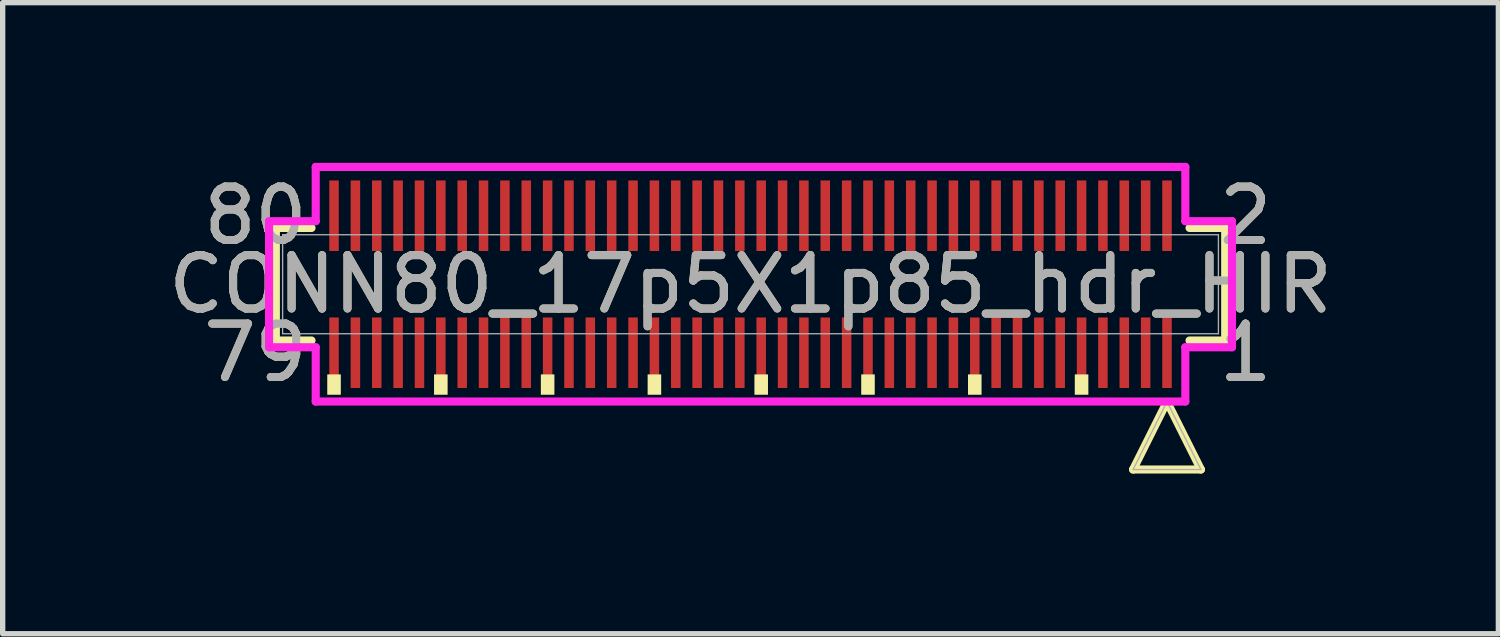
<source format=kicad_pcb>
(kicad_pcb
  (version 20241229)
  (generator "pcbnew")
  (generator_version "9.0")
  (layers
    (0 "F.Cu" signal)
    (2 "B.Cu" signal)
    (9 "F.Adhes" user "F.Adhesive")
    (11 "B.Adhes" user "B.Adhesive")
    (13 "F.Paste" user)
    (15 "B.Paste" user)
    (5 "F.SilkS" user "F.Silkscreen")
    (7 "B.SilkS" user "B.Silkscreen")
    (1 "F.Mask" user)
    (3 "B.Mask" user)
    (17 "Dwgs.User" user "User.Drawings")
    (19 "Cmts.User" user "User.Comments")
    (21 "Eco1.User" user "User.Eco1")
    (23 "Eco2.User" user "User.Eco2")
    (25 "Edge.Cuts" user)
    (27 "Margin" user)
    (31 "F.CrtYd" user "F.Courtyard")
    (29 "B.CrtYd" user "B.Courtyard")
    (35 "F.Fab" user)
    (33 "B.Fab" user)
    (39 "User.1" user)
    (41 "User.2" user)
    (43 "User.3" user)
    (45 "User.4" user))
  (footprint "CONN80_17p5X1p85_hdr_HIR"
    (layer "F.Cu")
    (at 11.006 2.273)
    (property "Reference" "CONN80_17p5X1p85_hdr_HIR" (at 0 0 0) (unlocked yes) (layer "F.SilkS") (effects (font (size 1 1) (thickness 0.15))))
    (attr smd)
    (fp_line (start -8.89 -1.054) (end -8.89 1.054) (stroke (width 0.152) (type solid)) (layer "F.SilkS"))
    (fp_line (start -8.89 1.054) (end -8.222 1.054) (stroke (width 0.152) (type solid)) (layer "F.SilkS"))
    (fp_line (start -8.222 -1.054) (end -8.89 -1.054) (stroke (width 0.152) (type solid)) (layer "F.SilkS"))
    (fp_line (start 7.165 3.47) (end 8.435 3.47) (stroke (width 0.152) (type solid)) (layer "F.SilkS"))
    (fp_line (start 7.762 2.276) (end 7.165 3.47) (stroke (width 0.152) (type solid)) (layer "F.SilkS"))
    (fp_line (start 8.222 1.054) (end 8.89 1.054) (stroke (width 0.152) (type solid)) (layer "F.SilkS"))
    (fp_line (start 8.435 3.47) (end 7.838 2.276) (stroke (width 0.152) (type solid)) (layer "F.SilkS"))
    (fp_line (start 8.89 -1.054) (end 8.222 -1.054) (stroke (width 0.152) (type solid)) (layer "F.SilkS"))
    (fp_line (start 8.89 1.054) (end 8.89 -1.054) (stroke (width 0.152) (type solid)) (layer "F.SilkS"))
    (fp_poly (pts (xy -7.927 1.689) (xy -7.927 2.07) (xy -7.673 2.07) (xy -7.673 1.689)) (stroke (width 0) (type solid)) (fill yes) (layer "F.SilkS"))
    (fp_poly (pts (xy -5.927 1.689) (xy -5.927 2.07) (xy -5.673 2.07) (xy -5.673 1.689)) (stroke (width 0) (type solid)) (fill yes) (layer "F.SilkS"))
    (fp_poly (pts (xy -3.927 1.689) (xy -3.927 2.07) (xy -3.673 2.07) (xy -3.673 1.689)) (stroke (width 0) (type solid)) (fill yes) (layer "F.SilkS"))
    (fp_poly (pts (xy -1.927 1.689) (xy -1.927 2.07) (xy -1.673 2.07) (xy -1.673 1.689)) (stroke (width 0) (type solid)) (fill yes) (layer "F.SilkS"))
    (fp_poly (pts (xy 0.073 1.689) (xy 0.073 2.07) (xy 0.327 2.07) (xy 0.327 1.689)) (stroke (width 0) (type solid)) (fill yes) (layer "F.SilkS"))
    (fp_poly (pts (xy 2.073 1.689) (xy 2.073 2.07) (xy 2.327 2.07) (xy 2.327 1.689)) (stroke (width 0) (type solid)) (fill yes) (layer "F.SilkS"))
    (fp_poly (pts (xy 4.073 1.689) (xy 4.073 2.07) (xy 4.327 2.07) (xy 4.327 1.689)) (stroke (width 0) (type solid)) (fill yes) (layer "F.SilkS"))
    (fp_poly (pts (xy 6.073 1.689) (xy 6.073 2.07) (xy 6.327 2.07) (xy 6.327 1.689)) (stroke (width 0) (type solid)) (fill yes) (layer "F.SilkS"))
    (fp_line (start -9.017 -1.181) (end -8.143 -1.181) (stroke (width 0.152) (type solid)) (layer "F.CrtYd"))
    (fp_line (start -9.017 1.181) (end -9.017 -1.181) (stroke (width 0.152) (type solid)) (layer "F.CrtYd"))
    (fp_line (start -8.143 -1.181) (end -8.143 -2.197) (stroke (width 0.152) (type solid)) (layer "F.CrtYd"))
    (fp_line (start -8.143 1.181) (end -9.017 1.181) (stroke (width 0.152) (type solid)) (layer "F.CrtYd"))
    (fp_line (start -8.143 2.197) (end -8.143 1.181) (stroke (width 0.152) (type solid)) (layer "F.CrtYd"))
    (fp_line (start -8.143 2.197) (end 8.143 2.197) (stroke (width 0.152) (type solid)) (layer "F.CrtYd"))
    (fp_line (start 8.143 -2.197) (end -8.143 -2.197) (stroke (width 0.152) (type solid)) (layer "F.CrtYd"))
    (fp_line (start 8.143 -2.197) (end 8.143 -1.181) (stroke (width 0.152) (type solid)) (layer "F.CrtYd"))
    (fp_line (start 8.143 -1.181) (end 9.017 -1.181) (stroke (width 0.152) (type solid)) (layer "F.CrtYd"))
    (fp_line (start 8.143 1.181) (end 8.143 2.197) (stroke (width 0.152) (type solid)) (layer "F.CrtYd"))
    (fp_line (start 9.017 -1.181) (end 9.017 1.181) (stroke (width 0.152) (type solid)) (layer "F.CrtYd"))
    (fp_line (start 9.017 1.181) (end 8.143 1.181) (stroke (width 0.152) (type solid)) (layer "F.CrtYd"))
    (fp_line (start -8.763 -0.927) (end -8.763 0.927) (stroke (width 0.025) (type solid)) (layer "F.Fab"))
    (fp_line (start -8.763 0.927) (end 8.763 0.927) (stroke (width 0.025) (type solid)) (layer "F.Fab"))
    (fp_line (start 7.165 3.47) (end 8.435 3.47) (stroke (width 0.025) (type solid)) (layer "F.Fab"))
    (fp_line (start 7.8 2.2) (end 7.165 3.47) (stroke (width 0.025) (type solid)) (layer "F.Fab"))
    (fp_line (start 8.435 3.47) (end 7.8 2.2) (stroke (width 0.025) (type solid)) (layer "F.Fab"))
    (fp_line (start 8.763 -0.927) (end -8.763 -0.927) (stroke (width 0.025) (type solid)) (layer "F.Fab"))
    (fp_line (start 8.763 0.927) (end 8.763 -0.927) (stroke (width 0.025) (type solid)) (layer "F.Fab"))
    (fp_text user "79" (at -9.271 1.283 0) (unlocked yes) (layer "F.SilkS") (effects (font (size 1 1) (thickness 0.15))))
    (fp_text user "80" (at -9.271 -1.283 0) (unlocked yes) (layer "F.SilkS") (effects (font (size 1 1) (thickness 0.15))))
    (fp_text user "1" (at 9.271 1.283 0) (unlocked yes) (layer "F.SilkS") (effects (font (size 1 1) (thickness 0.15))))
    (fp_text user "2" (at 9.271 -1.283 0) (unlocked yes) (layer "F.SilkS") (effects (font (size 1 1) (thickness 0.15))))
    (fp_text user "79" (at -9.271 1.283 0) (unlocked yes) (layer "F.Fab") (effects (font (size 1 1) (thickness 0.15))))
    (fp_text user "${REFERENCE}" (at 0 0 0) (unlocked yes) (layer "F.Fab") (effects (font (size 1 1) (thickness 0.15))))
    (fp_text user "80" (at -9.271 -1.283 0) (unlocked yes) (layer "F.Fab") (effects (font (size 1 1) (thickness 0.15))))
    (fp_text user "1" (at 9.271 1.283 0) (unlocked yes) (layer "F.Fab") (effects (font (size 1 1) (thickness 0.15))))
    (fp_text user "2" (at 9.271 -1.283 0) (unlocked yes) (layer "F.Fab") (effects (font (size 1 1) (thickness 0.15))))
    (pad "1" smd rect (at 7.8 1.283) (size 0.178 1.321) (layers "F.Cu" "F.Mask" "F.Paste"))
    (pad "2" smd rect (at 7.8 -1.283) (size 0.178 1.321) (layers "F.Cu" "F.Mask" "F.Paste"))
    (pad "3" smd rect (at 7.4 1.283) (size 0.178 1.321) (layers "F.Cu" "F.Mask" "F.Paste"))
    (pad "4" smd rect (at 7.4 -1.283) (size 0.178 1.321) (layers "F.Cu" "F.Mask" "F.Paste"))
    (pad "5" smd rect (at 7 1.283) (size 0.178 1.321) (layers "F.Cu" "F.Mask" "F.Paste"))
    (pad "6" smd rect (at 7 -1.283) (size 0.178 1.321) (layers "F.Cu" "F.Mask" "F.Paste"))
    (pad "7" smd rect (at 6.6 1.283) (size 0.178 1.321) (layers "F.Cu" "F.Mask" "F.Paste"))
    (pad "8" smd rect (at 6.6 -1.283) (size 0.178 1.321) (layers "F.Cu" "F.Mask" "F.Paste"))
    (pad "9" smd rect (at 6.2 1.283) (size 0.178 1.321) (layers "F.Cu" "F.Mask" "F.Paste"))
    (pad "10" smd rect (at 6.2 -1.283) (size 0.178 1.321) (layers "F.Cu" "F.Mask" "F.Paste"))
    (pad "11" smd rect (at 5.8 1.283) (size 0.178 1.321) (layers "F.Cu" "F.Mask" "F.Paste"))
    (pad "12" smd rect (at 5.8 -1.283) (size 0.178 1.321) (layers "F.Cu" "F.Mask" "F.Paste"))
    (pad "13" smd rect (at 5.4 1.283) (size 0.178 1.321) (layers "F.Cu" "F.Mask" "F.Paste"))
    (pad "14" smd rect (at 5.4 -1.283) (size 0.178 1.321) (layers "F.Cu" "F.Mask" "F.Paste"))
    (pad "15" smd rect (at 5 1.283) (size 0.178 1.321) (layers "F.Cu" "F.Mask" "F.Paste"))
    (pad "16" smd rect (at 5 -1.283) (size 0.178 1.321) (layers "F.Cu" "F.Mask" "F.Paste"))
    (pad "17" smd rect (at 4.6 1.283) (size 0.178 1.321) (layers "F.Cu" "F.Mask" "F.Paste"))
    (pad "18" smd rect (at 4.6 -1.283) (size 0.178 1.321) (layers "F.Cu" "F.Mask" "F.Paste"))
    (pad "19" smd rect (at 4.2 1.283) (size 0.178 1.321) (layers "F.Cu" "F.Mask" "F.Paste"))
    (pad "20" smd rect (at 4.2 -1.283) (size 0.178 1.321) (layers "F.Cu" "F.Mask" "F.Paste"))
    (pad "21" smd rect (at 3.8 1.283) (size 0.178 1.321) (layers "F.Cu" "F.Mask" "F.Paste"))
    (pad "22" smd rect (at 3.8 -1.283) (size 0.178 1.321) (layers "F.Cu" "F.Mask" "F.Paste"))
    (pad "23" smd rect (at 3.4 1.283) (size 0.178 1.321) (layers "F.Cu" "F.Mask" "F.Paste"))
    (pad "24" smd rect (at 3.4 -1.283) (size 0.178 1.321) (layers "F.Cu" "F.Mask" "F.Paste"))
    (pad "25" smd rect (at 3 1.283) (size 0.178 1.321) (layers "F.Cu" "F.Mask" "F.Paste"))
    (pad "26" smd rect (at 3 -1.283) (size 0.178 1.321) (layers "F.Cu" "F.Mask" "F.Paste"))
    (pad "27" smd rect (at 2.6 1.283) (size 0.178 1.321) (layers "F.Cu" "F.Mask" "F.Paste"))
    (pad "28" smd rect (at 2.6 -1.283) (size 0.178 1.321) (layers "F.Cu" "F.Mask" "F.Paste"))
    (pad "29" smd rect (at 2.2 1.283) (size 0.178 1.321) (layers "F.Cu" "F.Mask" "F.Paste"))
    (pad "30" smd rect (at 2.2 -1.283) (size 0.178 1.321) (layers "F.Cu" "F.Mask" "F.Paste"))
    (pad "31" smd rect (at 1.8 1.283) (size 0.178 1.321) (layers "F.Cu" "F.Mask" "F.Paste"))
    (pad "32" smd rect (at 1.8 -1.283) (size 0.178 1.321) (layers "F.Cu" "F.Mask" "F.Paste"))
    (pad "33" smd rect (at 1.4 1.283) (size 0.178 1.321) (layers "F.Cu" "F.Mask" "F.Paste"))
    (pad "34" smd rect (at 1.4 -1.283) (size 0.178 1.321) (layers "F.Cu" "F.Mask" "F.Paste"))
    (pad "35" smd rect (at 1 1.283) (size 0.178 1.321) (layers "F.Cu" "F.Mask" "F.Paste"))
    (pad "36" smd rect (at 1 -1.283) (size 0.178 1.321) (layers "F.Cu" "F.Mask" "F.Paste"))
    (pad "37" smd rect (at 0.6 1.283) (size 0.178 1.321) (layers "F.Cu" "F.Mask" "F.Paste"))
    (pad "38" smd rect (at 0.6 -1.283) (size 0.178 1.321) (layers "F.Cu" "F.Mask" "F.Paste"))
    (pad "39" smd rect (at 0.2 1.283) (size 0.178 1.321) (layers "F.Cu" "F.Mask" "F.Paste"))
    (pad "40" smd rect (at 0.2 -1.283) (size 0.178 1.321) (layers "F.Cu" "F.Mask" "F.Paste"))
    (pad "41" smd rect (at -0.2 1.283) (size 0.178 1.321) (layers "F.Cu" "F.Mask" "F.Paste"))
    (pad "42" smd rect (at -0.2 -1.283) (size 0.178 1.321) (layers "F.Cu" "F.Mask" "F.Paste"))
    (pad "43" smd rect (at -0.6 1.283) (size 0.178 1.321) (layers "F.Cu" "F.Mask" "F.Paste"))
    (pad "44" smd rect (at -0.6 -1.283) (size 0.178 1.321) (layers "F.Cu" "F.Mask" "F.Paste"))
    (pad "45" smd rect (at -1 1.283) (size 0.178 1.321) (layers "F.Cu" "F.Mask" "F.Paste"))
    (pad "46" smd rect (at -1 -1.283) (size 0.178 1.321) (layers "F.Cu" "F.Mask" "F.Paste"))
    (pad "47" smd rect (at -1.4 1.283) (size 0.178 1.321) (layers "F.Cu" "F.Mask" "F.Paste"))
    (pad "48" smd rect (at -1.4 -1.283) (size 0.178 1.321) (layers "F.Cu" "F.Mask" "F.Paste"))
    (pad "49" smd rect (at -1.8 1.283) (size 0.178 1.321) (layers "F.Cu" "F.Mask" "F.Paste"))
    (pad "50" smd rect (at -1.8 -1.283) (size 0.178 1.321) (layers "F.Cu" "F.Mask" "F.Paste"))
    (pad "51" smd rect (at -2.2 1.283) (size 0.178 1.321) (layers "F.Cu" "F.Mask" "F.Paste"))
    (pad "52" smd rect (at -2.2 -1.283) (size 0.178 1.321) (layers "F.Cu" "F.Mask" "F.Paste"))
    (pad "53" smd rect (at -2.6 1.283) (size 0.178 1.321) (layers "F.Cu" "F.Mask" "F.Paste"))
    (pad "54" smd rect (at -2.6 -1.283) (size 0.178 1.321) (layers "F.Cu" "F.Mask" "F.Paste"))
    (pad "55" smd rect (at -3 1.283) (size 0.178 1.321) (layers "F.Cu" "F.Mask" "F.Paste"))
    (pad "56" smd rect (at -3 -1.283) (size 0.178 1.321) (layers "F.Cu" "F.Mask" "F.Paste"))
    (pad "57" smd rect (at -3.4 1.283) (size 0.178 1.321) (layers "F.Cu" "F.Mask" "F.Paste"))
    (pad "58" smd rect (at -3.4 -1.283) (size 0.178 1.321) (layers "F.Cu" "F.Mask" "F.Paste"))
    (pad "59" smd rect (at -3.8 1.283) (size 0.178 1.321) (layers "F.Cu" "F.Mask" "F.Paste"))
    (pad "60" smd rect (at -3.8 -1.283) (size 0.178 1.321) (layers "F.Cu" "F.Mask" "F.Paste"))
    (pad "61" smd rect (at -4.2 1.283) (size 0.178 1.321) (layers "F.Cu" "F.Mask" "F.Paste"))
    (pad "62" smd rect (at -4.2 -1.283) (size 0.178 1.321) (layers "F.Cu" "F.Mask" "F.Paste"))
    (pad "63" smd rect (at -4.6 1.283) (size 0.178 1.321) (layers "F.Cu" "F.Mask" "F.Paste"))
    (pad "64" smd rect (at -4.6 -1.283) (size 0.178 1.321) (layers "F.Cu" "F.Mask" "F.Paste"))
    (pad "65" smd rect (at -5 1.283) (size 0.178 1.321) (layers "F.Cu" "F.Mask" "F.Paste"))
    (pad "66" smd rect (at -5 -1.283) (size 0.178 1.321) (layers "F.Cu" "F.Mask" "F.Paste"))
    (pad "67" smd rect (at -5.4 1.283) (size 0.178 1.321) (layers "F.Cu" "F.Mask" "F.Paste"))
    (pad "68" smd rect (at -5.4 -1.283) (size 0.178 1.321) (layers "F.Cu" "F.Mask" "F.Paste"))
    (pad "69" smd rect (at -5.8 1.283) (size 0.178 1.321) (layers "F.Cu" "F.Mask" "F.Paste"))
    (pad "70" smd rect (at -5.8 -1.283) (size 0.178 1.321) (layers "F.Cu" "F.Mask" "F.Paste"))
    (pad "71" smd rect (at -6.2 1.283) (size 0.178 1.321) (layers "F.Cu" "F.Mask" "F.Paste"))
    (pad "72" smd rect (at -6.2 -1.283) (size 0.178 1.321) (layers "F.Cu" "F.Mask" "F.Paste"))
    (pad "73" smd rect (at -6.6 1.283) (size 0.178 1.321) (layers "F.Cu" "F.Mask" "F.Paste"))
    (pad "74" smd rect (at -6.6 -1.283) (size 0.178 1.321) (layers "F.Cu" "F.Mask" "F.Paste"))
    (pad "75" smd rect (at -7 1.283) (size 0.178 1.321) (layers "F.Cu" "F.Mask" "F.Paste"))
    (pad "76" smd rect (at -7 -1.283) (size 0.178 1.321) (layers "F.Cu" "F.Mask" "F.Paste"))
    (pad "77" smd rect (at -7.4 1.283) (size 0.178 1.321) (layers "F.Cu" "F.Mask" "F.Paste"))
    (pad "78" smd rect (at -7.4 -1.283) (size 0.178 1.321) (layers "F.Cu" "F.Mask" "F.Paste"))
    (pad "79" smd rect (at -7.8 1.283) (size 0.178 1.321) (layers "F.Cu" "F.Mask" "F.Paste"))
    (pad "80" smd rect (at -7.8 -1.283) (size 0.178 1.321) (layers "F.Cu" "F.Mask" "F.Paste")))
  (gr_rect
    (start -3 -3)
    (end 25.012 8.819)
    (stroke (width 0.1) (type default))
    (fill no)
    (layer "Edge.Cuts")))
</source>
